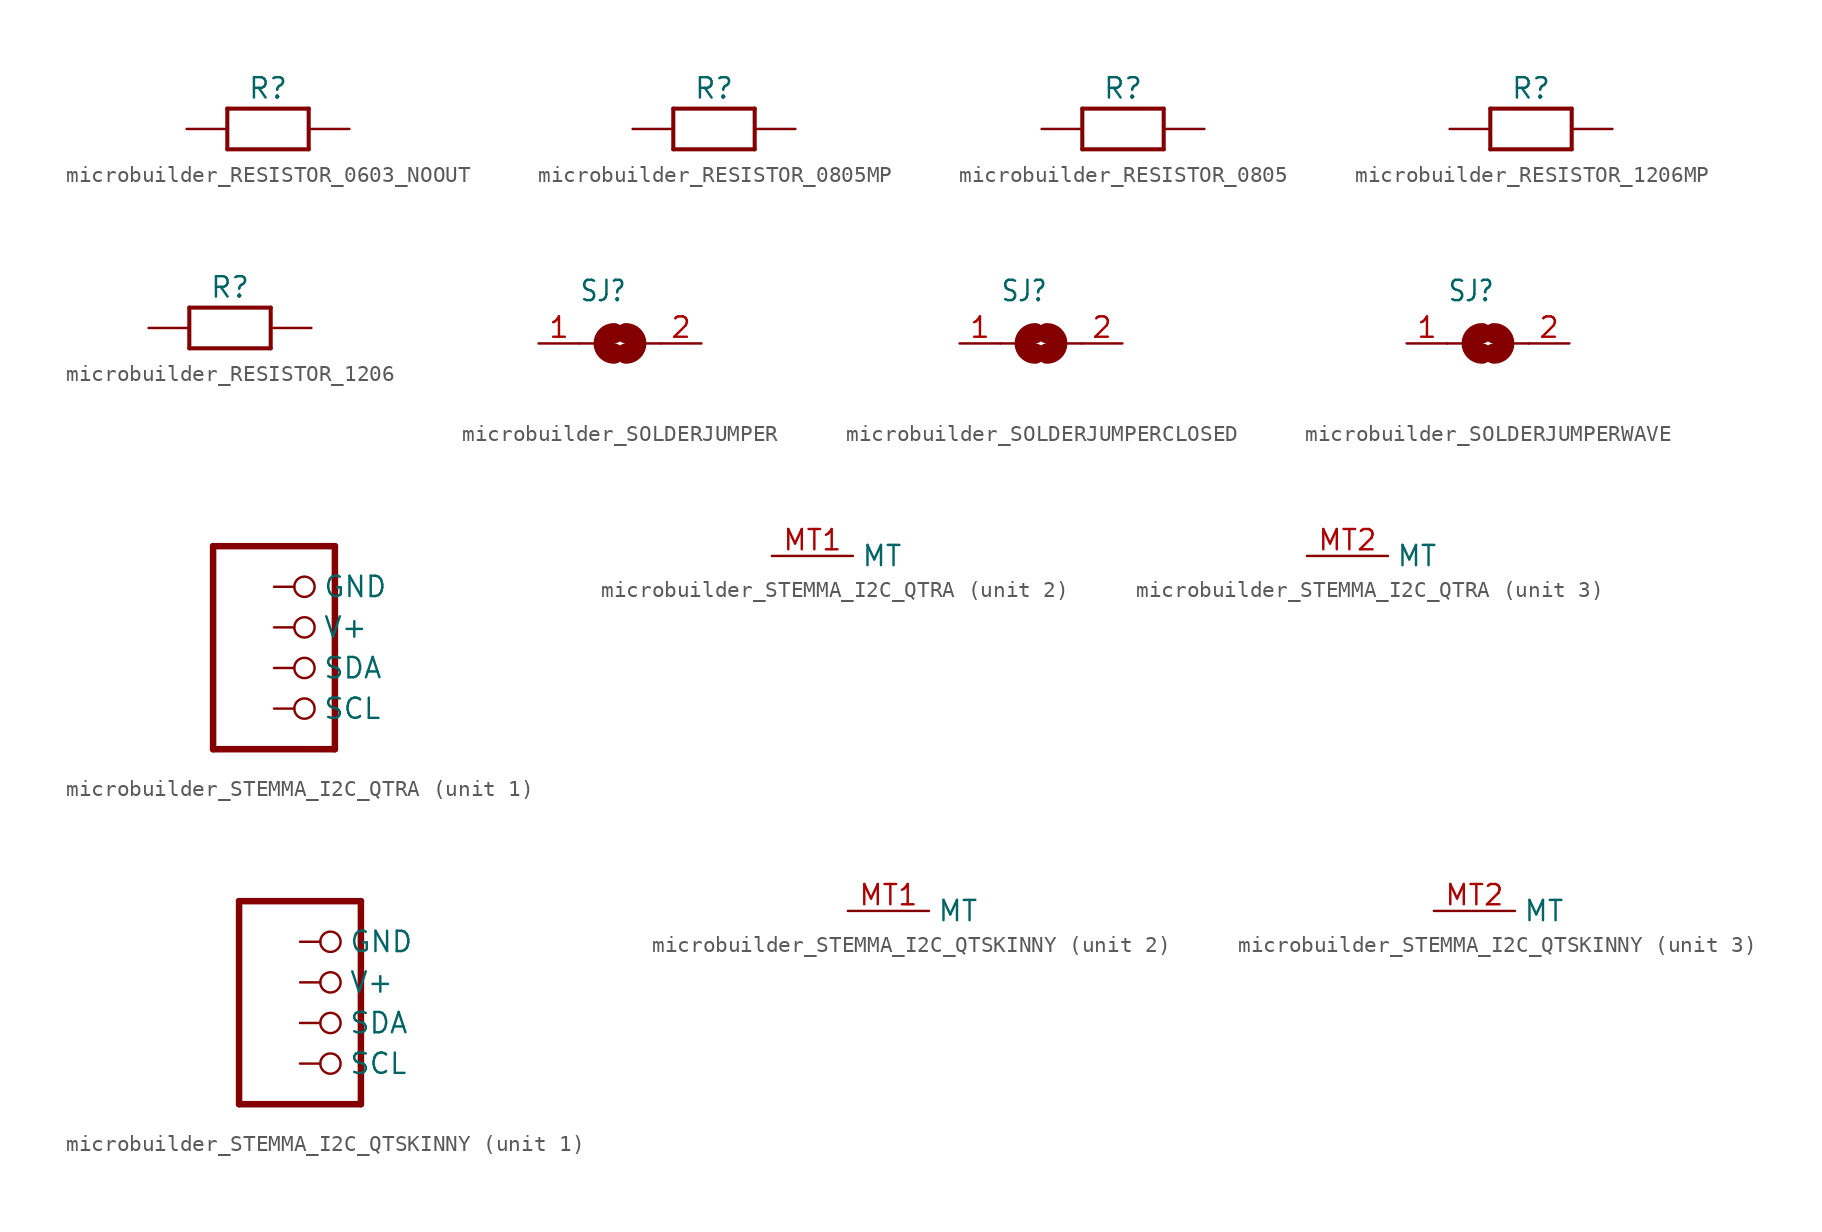
<source format=kicad_sym>
(kicad_symbol_lib
  (version 20220914)
  (generator kicad_symbol_editor)
  (symbol "microbuilder_RESISTOR_0603_NOOUT"
    (property "Reference" "R"
      (at 0 2.54 0)
      (effects (font (size 1.27 1.27))))
    (property "Value" ""
      (at 0 0 0)
      (effects (font (size 1.016 1.016) bold)))
    (property "ki_locked" ""
      (at 0 0 0)
      (effects (font (size 1.27 1.27))))
    (symbol "microbuilder_RESISTOR_0603_NOOUT_1_0"
      (polyline (pts (xy -2.54 -1.27) (xy -2.54 1.27)) (stroke (width 0.254) (type solid)) (fill (type none)))
      (polyline (pts (xy -2.54 1.27) (xy 2.54 1.27)) (stroke (width 0.254) (type solid)) (fill (type none)))
      (polyline (pts (xy 2.54 -1.27) (xy -2.54 -1.27)) (stroke (width 0.254) (type solid)) (fill (type none)))
      (polyline (pts (xy 2.54 1.27) (xy 2.54 -1.27)) (stroke (width 0.254) (type solid)) (fill (type none)))
      (pin passive line (at -5.08 0 0) (length 2.54) (name "1" (effects (font (size 0 0)))) (number "1" (effects (font (size 0 0)))))
      (pin passive line (at 5.08 0 180) (length 2.54) (name "2" (effects (font (size 0 0)))) (number "2" (effects (font (size 0 0)))))))
  (symbol "microbuilder_RESISTOR_0805MP"
    (property "Reference" "R"
      (at 0 2.54 0)
      (effects (font (size 1.27 1.27))))
    (property "Value" ""
      (at 0 0 0)
      (effects (font (size 1.016 1.016) bold)))
    (property "ki_locked" ""
      (at 0 0 0)
      (effects (font (size 1.27 1.27))))
    (symbol "microbuilder_RESISTOR_0805MP_1_0"
      (polyline (pts (xy -2.54 -1.27) (xy -2.54 1.27)) (stroke (width 0.254) (type solid)) (fill (type none)))
      (polyline (pts (xy -2.54 1.27) (xy 2.54 1.27)) (stroke (width 0.254) (type solid)) (fill (type none)))
      (polyline (pts (xy 2.54 -1.27) (xy -2.54 -1.27)) (stroke (width 0.254) (type solid)) (fill (type none)))
      (polyline (pts (xy 2.54 1.27) (xy 2.54 -1.27)) (stroke (width 0.254) (type solid)) (fill (type none)))
      (pin passive line (at -5.08 0 0) (length 2.54) (name "1" (effects (font (size 0 0)))) (number "1" (effects (font (size 0 0)))))
      (pin passive line (at 5.08 0 180) (length 2.54) (name "2" (effects (font (size 0 0)))) (number "2" (effects (font (size 0 0)))))))
  (symbol "microbuilder_RESISTOR_0805"
    (property "Reference" "R"
      (at 0 2.54 0)
      (effects (font (size 1.27 1.27))))
    (property "Value" ""
      (at 0 0 0)
      (effects (font (size 1.016 1.016) bold)))
    (property "ki_locked" ""
      (at 0 0 0)
      (effects (font (size 1.27 1.27))))
    (symbol "microbuilder_RESISTOR_0805_1_0"
      (polyline (pts (xy -2.54 -1.27) (xy -2.54 1.27)) (stroke (width 0.254) (type solid)) (fill (type none)))
      (polyline (pts (xy -2.54 1.27) (xy 2.54 1.27)) (stroke (width 0.254) (type solid)) (fill (type none)))
      (polyline (pts (xy 2.54 -1.27) (xy -2.54 -1.27)) (stroke (width 0.254) (type solid)) (fill (type none)))
      (polyline (pts (xy 2.54 1.27) (xy 2.54 -1.27)) (stroke (width 0.254) (type solid)) (fill (type none)))
      (pin passive line (at -5.08 0 0) (length 2.54) (name "1" (effects (font (size 0 0)))) (number "1" (effects (font (size 0 0)))))
      (pin passive line (at 5.08 0 180) (length 2.54) (name "2" (effects (font (size 0 0)))) (number "2" (effects (font (size 0 0)))))))
  (symbol "microbuilder_RESISTOR_1206MP"
    (property "Reference" "R"
      (at 0 2.54 0)
      (effects (font (size 1.27 1.27))))
    (property "Value" ""
      (at 0 0 0)
      (effects (font (size 1.016 1.016) bold)))
    (property "ki_locked" ""
      (at 0 0 0)
      (effects (font (size 1.27 1.27))))
    (symbol "microbuilder_RESISTOR_1206MP_1_0"
      (polyline (pts (xy -2.54 -1.27) (xy -2.54 1.27)) (stroke (width 0.254) (type solid)) (fill (type none)))
      (polyline (pts (xy -2.54 1.27) (xy 2.54 1.27)) (stroke (width 0.254) (type solid)) (fill (type none)))
      (polyline (pts (xy 2.54 -1.27) (xy -2.54 -1.27)) (stroke (width 0.254) (type solid)) (fill (type none)))
      (polyline (pts (xy 2.54 1.27) (xy 2.54 -1.27)) (stroke (width 0.254) (type solid)) (fill (type none)))
      (pin passive line (at -5.08 0 0) (length 2.54) (name "1" (effects (font (size 0 0)))) (number "1" (effects (font (size 0 0)))))
      (pin passive line (at 5.08 0 180) (length 2.54) (name "2" (effects (font (size 0 0)))) (number "2" (effects (font (size 0 0)))))))
  (symbol "microbuilder_RESISTOR_1206"
    (property "Reference" "R"
      (at 0 2.54 0)
      (effects (font (size 1.27 1.27))))
    (property "Value" ""
      (at 0 0 0)
      (effects (font (size 1.016 1.016) bold)))
    (property "ki_locked" ""
      (at 0 0 0)
      (effects (font (size 1.27 1.27))))
    (symbol "microbuilder_RESISTOR_1206_1_0"
      (polyline (pts (xy -2.54 -1.27) (xy -2.54 1.27)) (stroke (width 0.254) (type solid)) (fill (type none)))
      (polyline (pts (xy -2.54 1.27) (xy 2.54 1.27)) (stroke (width 0.254) (type solid)) (fill (type none)))
      (polyline (pts (xy 2.54 -1.27) (xy -2.54 -1.27)) (stroke (width 0.254) (type solid)) (fill (type none)))
      (polyline (pts (xy 2.54 1.27) (xy 2.54 -1.27)) (stroke (width 0.254) (type solid)) (fill (type none)))
      (pin passive line (at -5.08 0 0) (length 2.54) (name "1" (effects (font (size 0 0)))) (number "1" (effects (font (size 0 0)))))
      (pin passive line (at 5.08 0 180) (length 2.54) (name "2" (effects (font (size 0 0)))) (number "2" (effects (font (size 0 0)))))))
  (symbol "microbuilder_SOLDERJUMPER"
    (property "Reference" "SJ"
      (at -2.54 2.54 0)
      (effects (font (size 1.27 1.079)) (justify left bottom)))
    (property "Value" ""
      (at -2.54 -3.81 0)
      (effects (font (size 1.27 1.079)) (justify left bottom)))
    (property "ki_locked" ""
      (at 0 0 0)
      (effects (font (size 1.27 1.27))))
    (symbol "microbuilder_SOLDERJUMPER_1_0"
      (arc (start -0.3808 0.635) (mid -1.0159 0.0001) (end -0.381 -0.635) (stroke (width 1.27) (type solid)) (fill (type none)))
      (polyline (pts (xy -2.54 0) (xy -1.651 0)) (stroke (width 0.152) (type solid)) (fill (type none)))
      (polyline (pts (xy 2.54 0) (xy 1.651 0)) (stroke (width 0.152) (type solid)) (fill (type none)))
      (arc (start 0.3808 -0.635) (mid 1.0159 -0.0001) (end 0.381 0.635) (stroke (width 1.27) (type solid)) (fill (type none)))
      (pin passive line (at -5.08 0 0) (length 2.54) (name "1" (effects (font (size 0 0)))) (number "1" (effects (font (size 1.27 1.27)))))
      (pin passive line (at 5.08 0 180) (length 2.54) (name "2" (effects (font (size 0 0)))) (number "2" (effects (font (size 1.27 1.27)))))))
  (symbol "microbuilder_SOLDERJUMPERCLOSED"
    (property "Reference" "SJ"
      (at -2.54 2.54 0)
      (effects (font (size 1.27 1.079)) (justify left bottom)))
    (property "Value" ""
      (at -2.54 -3.81 0)
      (effects (font (size 1.27 1.079)) (justify left bottom)))
    (property "ki_locked" ""
      (at 0 0 0)
      (effects (font (size 1.27 1.27))))
    (symbol "microbuilder_SOLDERJUMPERCLOSED_1_0"
      (arc (start -0.3808 0.635) (mid -1.0159 0.0001) (end -0.381 -0.635) (stroke (width 1.27) (type solid)) (fill (type none)))
      (polyline (pts (xy -2.54 0) (xy -1.651 0)) (stroke (width 0.152) (type solid)) (fill (type none)))
      (polyline (pts (xy 2.54 0) (xy 1.651 0)) (stroke (width 0.152) (type solid)) (fill (type none)))
      (arc (start 0.3808 -0.635) (mid 1.0159 -0.0001) (end 0.381 0.635) (stroke (width 1.27) (type solid)) (fill (type none)))
      (pin passive line (at -5.08 0 0) (length 2.54) (name "1" (effects (font (size 0 0)))) (number "1" (effects (font (size 1.27 1.27)))))
      (pin passive line (at 5.08 0 180) (length 2.54) (name "2" (effects (font (size 0 0)))) (number "2" (effects (font (size 1.27 1.27)))))))
  (symbol "microbuilder_SOLDERJUMPERWAVE"
    (property "Reference" "SJ"
      (at -2.54 2.54 0)
      (effects (font (size 1.27 1.079)) (justify left bottom)))
    (property "Value" ""
      (at -2.54 -3.81 0)
      (effects (font (size 1.27 1.079)) (justify left bottom)))
    (property "ki_locked" ""
      (at 0 0 0)
      (effects (font (size 1.27 1.27))))
    (symbol "microbuilder_SOLDERJUMPERWAVE_1_0"
      (arc (start -0.3808 0.635) (mid -1.0159 0.0001) (end -0.381 -0.635) (stroke (width 1.27) (type solid)) (fill (type none)))
      (polyline (pts (xy -2.54 0) (xy -1.651 0)) (stroke (width 0.152) (type solid)) (fill (type none)))
      (polyline (pts (xy 2.54 0) (xy 1.651 0)) (stroke (width 0.152) (type solid)) (fill (type none)))
      (arc (start 0.3808 -0.635) (mid 1.0159 -0.0001) (end 0.381 0.635) (stroke (width 1.27) (type solid)) (fill (type none)))
      (pin passive line (at -5.08 0 0) (length 2.54) (name "1" (effects (font (size 0 0)))) (number "1" (effects (font (size 1.27 1.27)))))
      (pin passive line (at 5.08 0 180) (length 2.54) (name "2" (effects (font (size 0 0)))) (number "2" (effects (font (size 1.27 1.27)))))))
  (symbol "microbuilder_STEMMA_I2C_QTRA"
    (property "Reference" "CONN"
      (at -3.81 8.255 0)
      (effects (font (size 1.778 1.511)) (justify left bottom) hide))
    (property "ki_locked" ""
      (at 0 0 0)
      (effects (font (size 1.27 1.27))))
    (symbol "microbuilder_STEMMA_I2C_QTRA_1_0"
      (polyline (pts (xy -3.81 -5.08) (xy 3.81 -5.08)) (stroke (width 0.406) (type solid)) (fill (type none)))
      (polyline (pts (xy -3.81 7.62) (xy -3.81 -5.08)) (stroke (width 0.406) (type solid)) (fill (type none)))
      (polyline (pts (xy 3.81 -5.08) (xy 3.81 7.62)) (stroke (width 0.406) (type solid)) (fill (type none)))
      (polyline (pts (xy 3.81 7.62) (xy -3.81 7.62)) (stroke (width 0.406) (type solid)) (fill (type none)))
      (pin passive inverted (at 0 5.08 0) (length 2.54) (name "GND" (effects (font (size 1.27 1.27)))) (number "1" (effects (font (size 0 0)))))
      (pin passive inverted (at 0 2.54 0) (length 2.54) (name "V+" (effects (font (size 1.27 1.27)))) (number "2" (effects (font (size 0 0)))))
      (pin passive inverted (at 0 0 0) (length 2.54) (name "SDA" (effects (font (size 1.27 1.27)))) (number "3" (effects (font (size 0 0)))))
      (pin passive inverted (at 0 -2.54 0) (length 2.54) (name "SCL" (effects (font (size 1.27 1.27)))) (number "4" (effects (font (size 0 0))))))
    (symbol "microbuilder_STEMMA_I2C_QTRA_2_0"
      (pin bidirectional line (at 0 0 0) (length 5.08) (name "MT" (effects (font (size 1.27 1.27)))) (number "MT1" (effects (font (size 1.27 1.27))))))
    (symbol "microbuilder_STEMMA_I2C_QTRA_3_0"
      (pin bidirectional line (at 0 0 0) (length 5.08) (name "MT" (effects (font (size 1.27 1.27)))) (number "MT2" (effects (font (size 1.27 1.27)))))))
  (symbol "microbuilder_STEMMA_I2C_QTSKINNY"
    (property "Reference" "CONN"
      (at -3.81 8.255 0)
      (effects (font (size 1.778 1.511)) (justify left bottom) hide))
    (property "ki_locked" ""
      (at 0 0 0)
      (effects (font (size 1.27 1.27))))
    (symbol "microbuilder_STEMMA_I2C_QTSKINNY_1_0"
      (polyline (pts (xy -3.81 -5.08) (xy 3.81 -5.08)) (stroke (width 0.406) (type solid)) (fill (type none)))
      (polyline (pts (xy -3.81 7.62) (xy -3.81 -5.08)) (stroke (width 0.406) (type solid)) (fill (type none)))
      (polyline (pts (xy 3.81 -5.08) (xy 3.81 7.62)) (stroke (width 0.406) (type solid)) (fill (type none)))
      (polyline (pts (xy 3.81 7.62) (xy -3.81 7.62)) (stroke (width 0.406) (type solid)) (fill (type none)))
      (pin passive inverted (at 0 5.08 0) (length 2.54) (name "GND" (effects (font (size 1.27 1.27)))) (number "1" (effects (font (size 0 0)))))
      (pin passive inverted (at 0 2.54 0) (length 2.54) (name "V+" (effects (font (size 1.27 1.27)))) (number "2" (effects (font (size 0 0)))))
      (pin passive inverted (at 0 0 0) (length 2.54) (name "SDA" (effects (font (size 1.27 1.27)))) (number "3" (effects (font (size 0 0)))))
      (pin passive inverted (at 0 -2.54 0) (length 2.54) (name "SCL" (effects (font (size 1.27 1.27)))) (number "4" (effects (font (size 0 0))))))
    (symbol "microbuilder_STEMMA_I2C_QTSKINNY_2_0"
      (pin bidirectional line (at 0 0 0) (length 5.08) (name "MT" (effects (font (size 1.27 1.27)))) (number "MT1" (effects (font (size 1.27 1.27))))))
    (symbol "microbuilder_STEMMA_I2C_QTSKINNY_3_0"
      (pin bidirectional line (at 0 0 0) (length 5.08) (name "MT" (effects (font (size 1.27 1.27)))) (number "MT2" (effects (font (size 1.27 1.27))))))))
</source>
